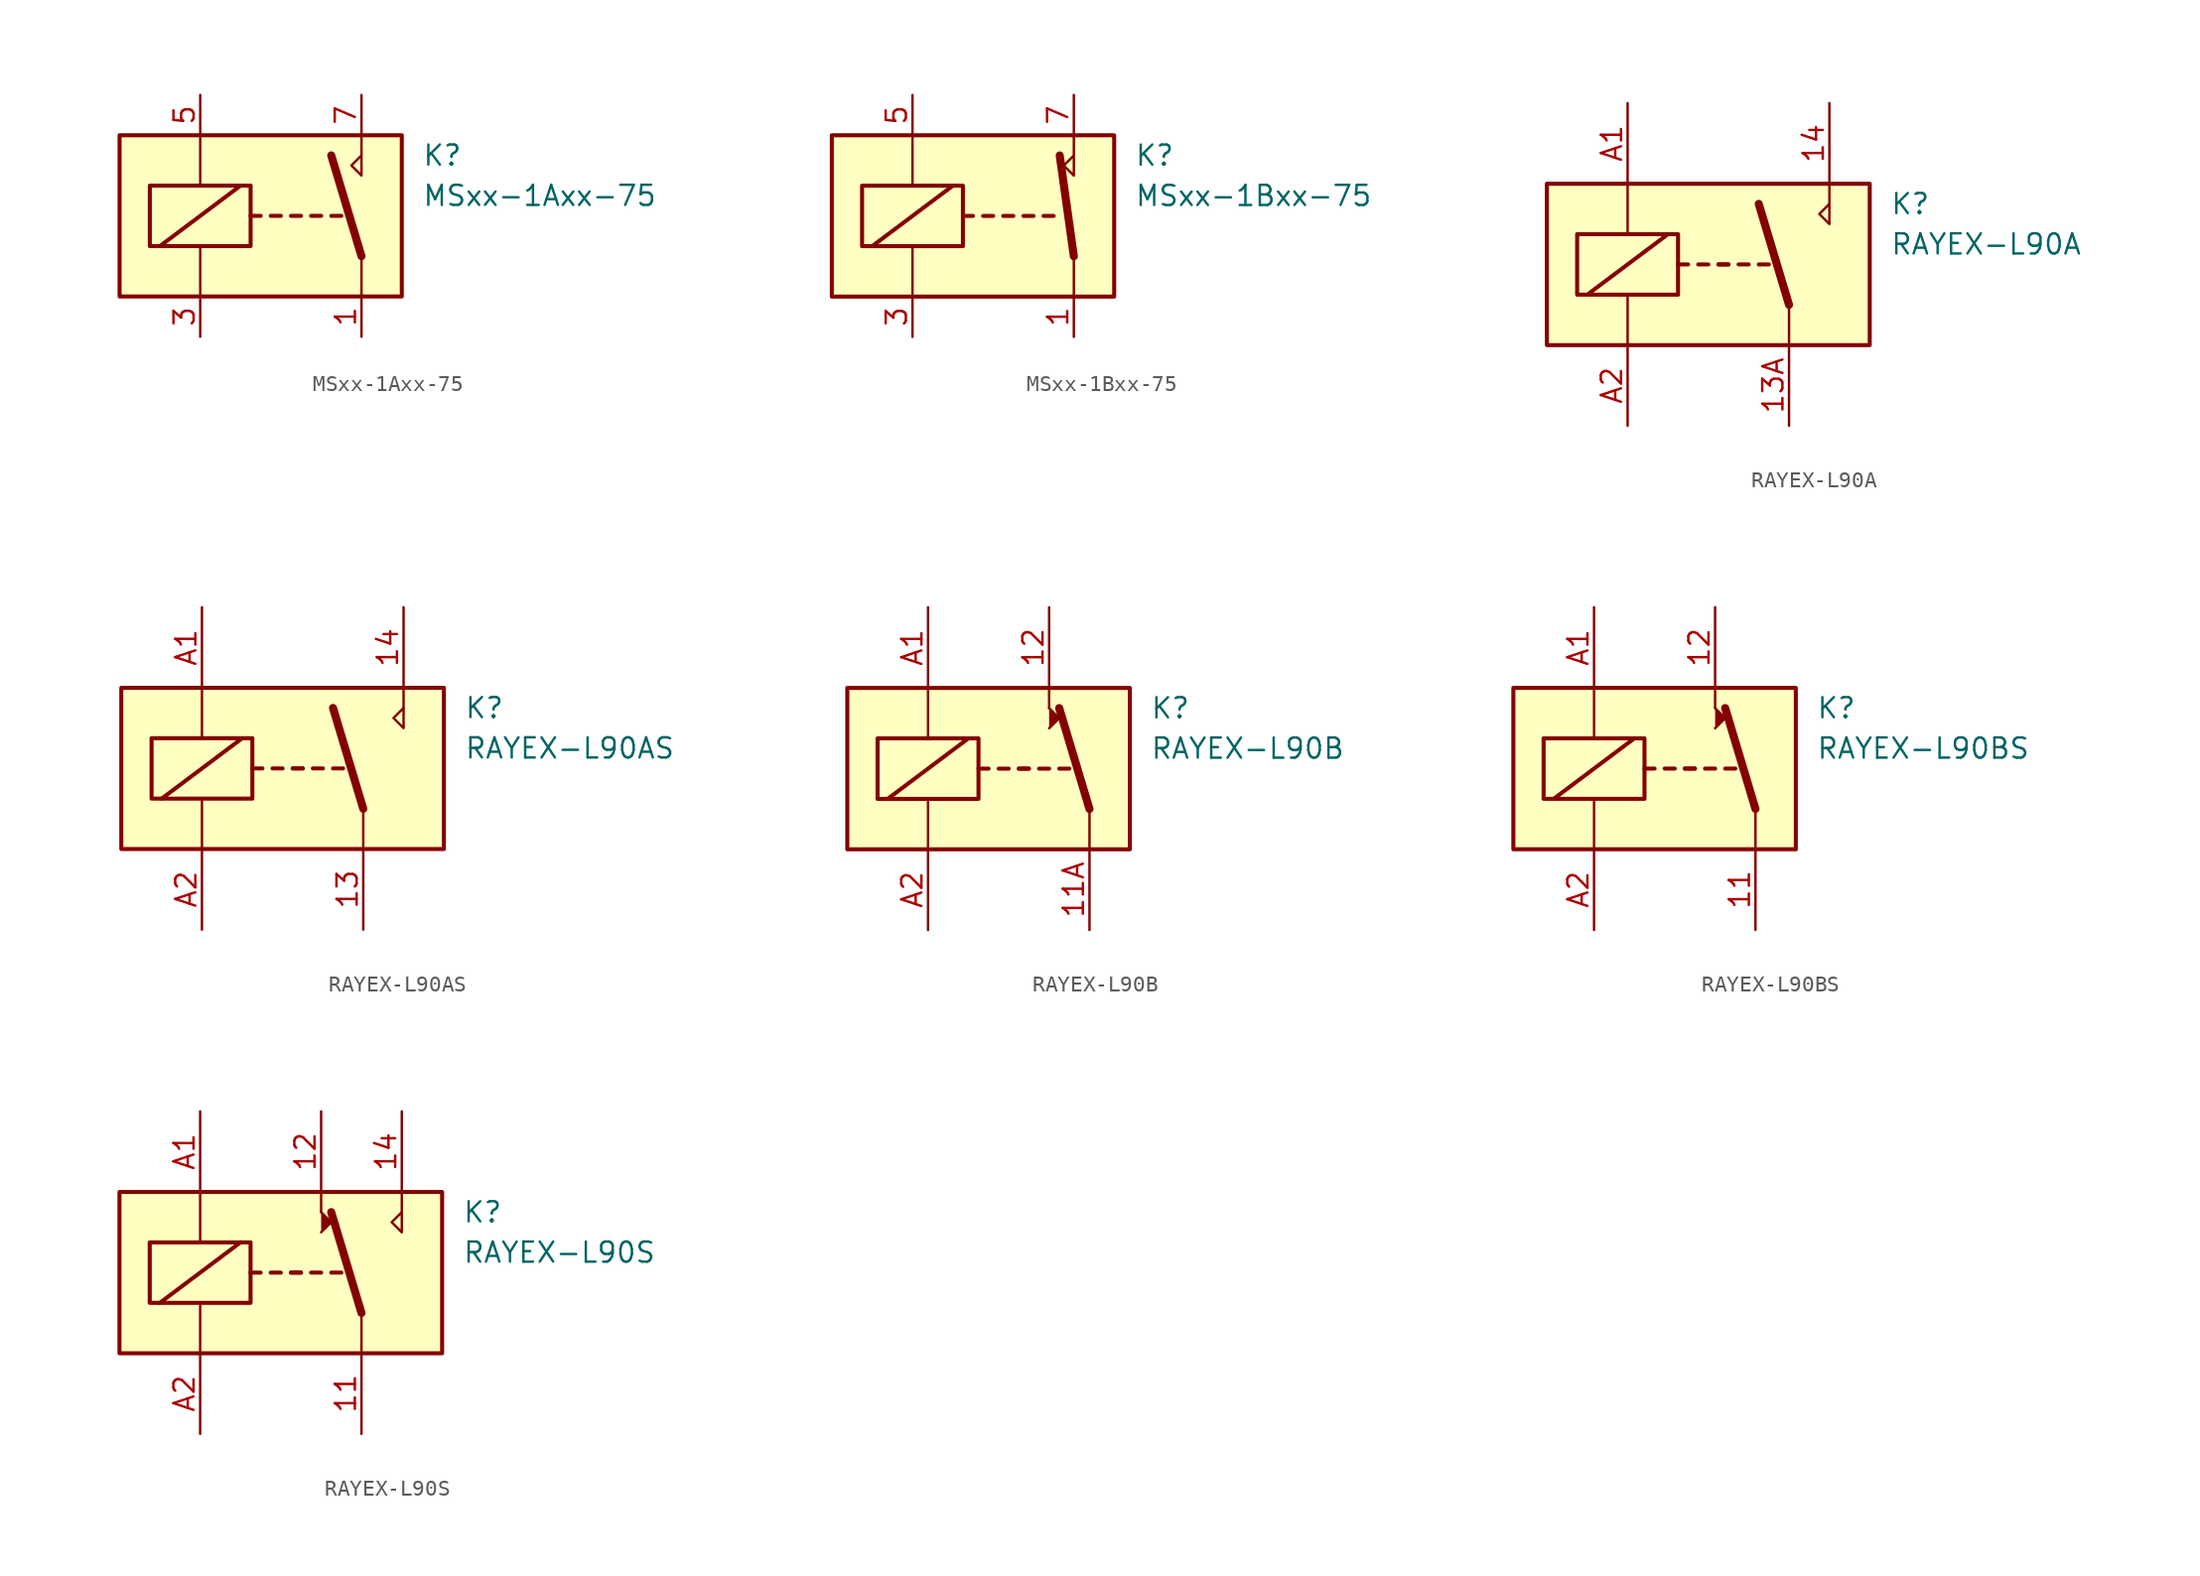
<source format=kicad_sym>
(kicad_symbol_lib
  (version 20201005)
  (generator kicad_symbol_editor)
  (symbol "MSxx-1Axx-75"
    (property "Reference" "K"
      (at 8.89 3.81 0)
      (effects (font (size 1.27 1.27)) (justify left)))
    (property "Value" "MSxx-1Axx-75"
      (at 8.89 1.27 0)
      (effects (font (size 1.27 1.27)) (justify left)))
    (symbol "MSxx-1Axx-75_0_0"
      (polyline (pts (xy 5.08 5.08) (xy 5.08 2.54) (xy 4.445 3.175) (xy 5.08 3.81)) (stroke (width 0)) (fill (type none))))
    (symbol "MSxx-1Axx-75_0_1"
      (rectangle (start -8.255 1.905) (end -1.905 -1.905) (stroke (width 0.254)) (fill (type none)))
      (rectangle (start -10.16 5.08) (end 7.62 -5.08) (stroke (width 0.254)) (fill (type background)))
      (polyline (pts (xy -7.62 -1.905) (xy -2.54 1.905)) (stroke (width 0.254)) (fill (type none)))
      (polyline (pts (xy -5.08 -5.08) (xy -5.08 -1.905)) (stroke (width 0)) (fill (type none)))
      (polyline (pts (xy -5.08 5.08) (xy -5.08 1.905)) (stroke (width 0)) (fill (type none)))
      (polyline (pts (xy -1.905 0) (xy -1.27 0)) (stroke (width 0.254)) (fill (type none)))
      (polyline (pts (xy -0.635 0) (xy 0 0)) (stroke (width 0.254)) (fill (type none)))
      (polyline (pts (xy 0.635 0) (xy 1.27 0)) (stroke (width 0.254)) (fill (type none)))
      (polyline (pts (xy 1.905 0) (xy 2.54 0)) (stroke (width 0.254)) (fill (type none)))
      (polyline (pts (xy 3.175 0) (xy 3.81 0)) (stroke (width 0.254)) (fill (type none)))
      (polyline (pts (xy 5.08 -2.54) (xy 3.175 3.81)) (stroke (width 0.508)) (fill (type none)))
      (polyline (pts (xy 5.08 -2.54) (xy 5.08 -5.08)) (stroke (width 0)) (fill (type none))))
    (symbol "MSxx-1Axx-75_1_1"
      (pin passive line (at 5.08 -7.62 90) (length 2.54) (name "~" (effects (font (size 1.27 1.27)))) (number "1" (effects (font (size 1.27 1.27)))))
      (pin passive line (at -5.08 -7.62 90) (length 2.54) (name "~" (effects (font (size 1.27 1.27)))) (number "3" (effects (font (size 1.27 1.27)))))
      (pin passive line (at -5.08 7.62 270) (length 2.54) (name "~" (effects (font (size 1.27 1.27)))) (number "5" (effects (font (size 1.27 1.27)))))
      (pin passive line (at 5.08 7.62 270) (length 2.54) (name "~" (effects (font (size 1.27 1.27)))) (number "7" (effects (font (size 1.27 1.27)))))))
  (symbol "MSxx-1Bxx-75"
    (property "Reference" "K"
      (at 8.89 3.81 0)
      (effects (font (size 1.27 1.27)) (justify left)))
    (property "Value" "MSxx-1Bxx-75"
      (at 8.89 1.27 0)
      (effects (font (size 1.27 1.27)) (justify left)))
    (symbol "MSxx-1Bxx-75_0_0"
      (polyline (pts (xy 5.08 5.08) (xy 5.08 2.54) (xy 4.445 3.175) (xy 5.08 3.81)) (stroke (width 0)) (fill (type none))))
    (symbol "MSxx-1Bxx-75_0_1"
      (rectangle (start -8.255 1.905) (end -1.905 -1.905) (stroke (width 0.254)) (fill (type none)))
      (rectangle (start -10.16 5.08) (end 7.62 -5.08) (stroke (width 0.254)) (fill (type background)))
      (polyline (pts (xy -7.62 -1.905) (xy -2.54 1.905)) (stroke (width 0.254)) (fill (type none)))
      (polyline (pts (xy -5.08 -5.08) (xy -5.08 -1.905)) (stroke (width 0)) (fill (type none)))
      (polyline (pts (xy -5.08 5.08) (xy -5.08 1.905)) (stroke (width 0)) (fill (type none)))
      (polyline (pts (xy -1.905 0) (xy -1.27 0)) (stroke (width 0.254)) (fill (type none)))
      (polyline (pts (xy -0.635 0) (xy 0 0)) (stroke (width 0.254)) (fill (type none)))
      (polyline (pts (xy 0.635 0) (xy 1.27 0)) (stroke (width 0.254)) (fill (type none)))
      (polyline (pts (xy 1.905 0) (xy 2.54 0)) (stroke (width 0.254)) (fill (type none)))
      (polyline (pts (xy 3.175 0) (xy 3.81 0)) (stroke (width 0.254)) (fill (type none)))
      (polyline (pts (xy 5.08 -2.54) (xy 4.191 3.81)) (stroke (width 0.508)) (fill (type none)))
      (polyline (pts (xy 5.08 -2.54) (xy 5.08 -5.08)) (stroke (width 0)) (fill (type none))))
    (symbol "MSxx-1Bxx-75_1_1"
      (pin passive line (at 5.08 -7.62 90) (length 2.54) (name "~" (effects (font (size 1.27 1.27)))) (number "1" (effects (font (size 1.27 1.27)))))
      (pin passive line (at -5.08 -7.62 90) (length 2.54) (name "~" (effects (font (size 1.27 1.27)))) (number "3" (effects (font (size 1.27 1.27)))))
      (pin passive line (at -5.08 7.62 270) (length 2.54) (name "~" (effects (font (size 1.27 1.27)))) (number "5" (effects (font (size 1.27 1.27)))))
      (pin passive line (at 5.08 7.62 270) (length 2.54) (name "~" (effects (font (size 1.27 1.27)))) (number "7" (effects (font (size 1.27 1.27)))))))
  (symbol "RAYEX-L90A"
    (property "Reference" "K"
      (at 11.43 3.81 0)
      (effects (font (size 1.27 1.27)) (justify left)))
    (property "Value" "RAYEX-L90A"
      (at 11.43 1.27 0)
      (effects (font (size 1.27 1.27)) (justify left)))
    (symbol "RAYEX-L90A_1_0"
      (polyline (pts (xy 7.62 3.81) (xy 7.62 5.08)) (stroke (width 0)) (fill (type none)))
      (polyline (pts (xy 7.62 3.81) (xy 7.62 2.54) (xy 6.985 3.175) (xy 7.62 3.81)) (stroke (width 0)) (fill (type none))))
    (symbol "RAYEX-L90A_1_1"
      (rectangle (start -8.255 1.905) (end -1.905 -1.905) (stroke (width 0.254)) (fill (type none)))
      (rectangle (start -10.16 5.08) (end 10.16 -5.08) (stroke (width 0.254)) (fill (type background)))
      (polyline (pts (xy -7.62 -1.905) (xy -2.54 1.905)) (stroke (width 0.254)) (fill (type none)))
      (polyline (pts (xy -5.08 -5.08) (xy -5.08 -1.905)) (stroke (width 0)) (fill (type none)))
      (polyline (pts (xy -5.08 5.08) (xy -5.08 1.905)) (stroke (width 0)) (fill (type none)))
      (polyline (pts (xy -1.905 0) (xy -1.27 0)) (stroke (width 0.254)) (fill (type none)))
      (polyline (pts (xy -0.635 0) (xy 0 0)) (stroke (width 0.254)) (fill (type none)))
      (polyline (pts (xy 0.635 0) (xy 1.27 0)) (stroke (width 0.254)) (fill (type none)))
      (polyline (pts (xy 0.635 0) (xy 1.27 0)) (stroke (width 0.254)) (fill (type none)))
      (polyline (pts (xy 1.905 0) (xy 2.54 0)) (stroke (width 0.254)) (fill (type none)))
      (polyline (pts (xy 3.175 0) (xy 3.81 0)) (stroke (width 0.254)) (fill (type none)))
      (polyline (pts (xy 5.08 -2.54) (xy 3.175 3.81)) (stroke (width 0.508)) (fill (type none)))
      (polyline (pts (xy 5.08 -2.54) (xy 5.08 -5.08)) (stroke (width 0)) (fill (type none)))
      (pin passive line (at 5.08 -10.16 90) (length 5.08) (name "~" (effects (font (size 1.27 1.27)))) (number "13A" (effects (font (size 1.27 1.27)))))
      (pin passive line (at 5.08 -10.16 90) (length 5.08) hide (name "~" (effects (font (size 1.27 1.27)))) (number "13B" (effects (font (size 1.27 1.27)))))
      (pin passive line (at 7.62 10.16 270) (length 5.08) (name "~" (effects (font (size 1.27 1.27)))) (number "14" (effects (font (size 1.27 1.27)))))
      (pin passive line (at -5.08 10.16 270) (length 5.08) (name "~" (effects (font (size 1.27 1.27)))) (number "A1" (effects (font (size 1.27 1.27)))))
      (pin passive line (at -5.08 -10.16 90) (length 5.08) (name "~" (effects (font (size 1.27 1.27)))) (number "A2" (effects (font (size 1.27 1.27)))))))
  (symbol "RAYEX-L90AS"
    (property "Reference" "K"
      (at 11.43 3.81 0)
      (effects (font (size 1.27 1.27)) (justify left)))
    (property "Value" "RAYEX-L90AS"
      (at 11.43 1.27 0)
      (effects (font (size 1.27 1.27)) (justify left)))
    (symbol "RAYEX-L90AS_1_0"
      (polyline (pts (xy 7.62 3.81) (xy 7.62 5.08)) (stroke (width 0)) (fill (type none)))
      (polyline (pts (xy 7.62 3.81) (xy 7.62 2.54) (xy 6.985 3.175) (xy 7.62 3.81)) (stroke (width 0)) (fill (type none))))
    (symbol "RAYEX-L90AS_1_1"
      (rectangle (start -8.255 1.905) (end -1.905 -1.905) (stroke (width 0.254)) (fill (type none)))
      (rectangle (start -10.16 5.08) (end 10.16 -5.08) (stroke (width 0.254)) (fill (type background)))
      (polyline (pts (xy -7.62 -1.905) (xy -2.54 1.905)) (stroke (width 0.254)) (fill (type none)))
      (polyline (pts (xy -5.08 -5.08) (xy -5.08 -1.905)) (stroke (width 0)) (fill (type none)))
      (polyline (pts (xy -5.08 5.08) (xy -5.08 1.905)) (stroke (width 0)) (fill (type none)))
      (polyline (pts (xy -1.905 0) (xy -1.27 0)) (stroke (width 0.254)) (fill (type none)))
      (polyline (pts (xy -0.635 0) (xy 0 0)) (stroke (width 0.254)) (fill (type none)))
      (polyline (pts (xy 0.635 0) (xy 1.27 0)) (stroke (width 0.254)) (fill (type none)))
      (polyline (pts (xy 0.635 0) (xy 1.27 0)) (stroke (width 0.254)) (fill (type none)))
      (polyline (pts (xy 1.905 0) (xy 2.54 0)) (stroke (width 0.254)) (fill (type none)))
      (polyline (pts (xy 3.175 0) (xy 3.81 0)) (stroke (width 0.254)) (fill (type none)))
      (polyline (pts (xy 5.08 -2.54) (xy 3.175 3.81)) (stroke (width 0.508)) (fill (type none)))
      (polyline (pts (xy 5.08 -2.54) (xy 5.08 -5.08)) (stroke (width 0)) (fill (type none)))
      (pin passive line (at 5.08 -10.16 90) (length 5.08) (name "~" (effects (font (size 1.27 1.27)))) (number "13" (effects (font (size 1.27 1.27)))))
      (pin passive line (at 7.62 10.16 270) (length 5.08) (name "~" (effects (font (size 1.27 1.27)))) (number "14" (effects (font (size 1.27 1.27)))))
      (pin passive line (at -5.08 10.16 270) (length 5.08) (name "~" (effects (font (size 1.27 1.27)))) (number "A1" (effects (font (size 1.27 1.27)))))
      (pin passive line (at -5.08 -10.16 90) (length 5.08) (name "~" (effects (font (size 1.27 1.27)))) (number "A2" (effects (font (size 1.27 1.27)))))))
  (symbol "RAYEX-L90B"
    (property "Reference" "K"
      (at 8.89 3.81 0)
      (effects (font (size 1.27 1.27)) (justify left)))
    (property "Value" "RAYEX-L90B"
      (at 8.89 1.27 0)
      (effects (font (size 1.27 1.27)) (justify left)))
    (symbol "RAYEX-L90B_1_0"
      (polyline (pts (xy 2.54 3.81) (xy 2.54 5.08)) (stroke (width 0)) (fill (type none))))
    (symbol "RAYEX-L90B_1_1"
      (rectangle (start -8.255 1.905) (end -1.905 -1.905) (stroke (width 0.254)) (fill (type none)))
      (rectangle (start -10.16 5.08) (end 7.62 -5.08) (stroke (width 0.254)) (fill (type background)))
      (polyline (pts (xy -7.62 -1.905) (xy -2.54 1.905)) (stroke (width 0.254)) (fill (type none)))
      (polyline (pts (xy -5.08 -5.08) (xy -5.08 -1.905)) (stroke (width 0)) (fill (type none)))
      (polyline (pts (xy -5.08 5.08) (xy -5.08 1.905)) (stroke (width 0)) (fill (type none)))
      (polyline (pts (xy -1.905 0) (xy -1.27 0)) (stroke (width 0.254)) (fill (type none)))
      (polyline (pts (xy -0.635 0) (xy 0 0)) (stroke (width 0.254)) (fill (type none)))
      (polyline (pts (xy 0.635 0) (xy 1.27 0)) (stroke (width 0.254)) (fill (type none)))
      (polyline (pts (xy 0.635 0) (xy 1.27 0)) (stroke (width 0.254)) (fill (type none)))
      (polyline (pts (xy 1.905 0) (xy 2.54 0)) (stroke (width 0.254)) (fill (type none)))
      (polyline (pts (xy 3.175 0) (xy 3.81 0)) (stroke (width 0.254)) (fill (type none)))
      (polyline (pts (xy 5.08 -2.54) (xy 3.175 3.81)) (stroke (width 0.508)) (fill (type none)))
      (polyline (pts (xy 5.08 -2.54) (xy 5.08 -5.08)) (stroke (width 0)) (fill (type none)))
      (polyline (pts (xy 2.54 2.54) (xy 3.175 3.175) (xy 2.54 3.81)) (stroke (width 0)) (fill (type outline)))
      (pin passive line (at 5.08 -10.16 90) (length 5.08) (name "~" (effects (font (size 1.27 1.27)))) (number "11A" (effects (font (size 1.27 1.27)))))
      (pin passive line (at 5.08 -10.16 90) (length 5.08) hide (name "~" (effects (font (size 1.27 1.27)))) (number "11B" (effects (font (size 1.27 1.27)))))
      (pin passive line (at 2.54 10.16 270) (length 5.08) (name "~" (effects (font (size 1.27 1.27)))) (number "12" (effects (font (size 1.27 1.27)))))
      (pin passive line (at -5.08 10.16 270) (length 5.08) (name "~" (effects (font (size 1.27 1.27)))) (number "A1" (effects (font (size 1.27 1.27)))))
      (pin passive line (at -5.08 -10.16 90) (length 5.08) (name "~" (effects (font (size 1.27 1.27)))) (number "A2" (effects (font (size 1.27 1.27)))))))
  (symbol "RAYEX-L90BS"
    (property "Reference" "K"
      (at 8.89 3.81 0)
      (effects (font (size 1.27 1.27)) (justify left)))
    (property "Value" "RAYEX-L90BS"
      (at 8.89 1.27 0)
      (effects (font (size 1.27 1.27)) (justify left)))
    (symbol "RAYEX-L90BS_1_0"
      (polyline (pts (xy 2.54 3.81) (xy 2.54 5.08)) (stroke (width 0)) (fill (type none))))
    (symbol "RAYEX-L90BS_1_1"
      (rectangle (start -8.255 1.905) (end -1.905 -1.905) (stroke (width 0.254)) (fill (type none)))
      (rectangle (start -10.16 5.08) (end 7.62 -5.08) (stroke (width 0.254)) (fill (type background)))
      (polyline (pts (xy -7.62 -1.905) (xy -2.54 1.905)) (stroke (width 0.254)) (fill (type none)))
      (polyline (pts (xy -5.08 -5.08) (xy -5.08 -1.905)) (stroke (width 0)) (fill (type none)))
      (polyline (pts (xy -5.08 5.08) (xy -5.08 1.905)) (stroke (width 0)) (fill (type none)))
      (polyline (pts (xy -1.905 0) (xy -1.27 0)) (stroke (width 0.254)) (fill (type none)))
      (polyline (pts (xy -0.635 0) (xy 0 0)) (stroke (width 0.254)) (fill (type none)))
      (polyline (pts (xy 0.635 0) (xy 1.27 0)) (stroke (width 0.254)) (fill (type none)))
      (polyline (pts (xy 0.635 0) (xy 1.27 0)) (stroke (width 0.254)) (fill (type none)))
      (polyline (pts (xy 1.905 0) (xy 2.54 0)) (stroke (width 0.254)) (fill (type none)))
      (polyline (pts (xy 3.175 0) (xy 3.81 0)) (stroke (width 0.254)) (fill (type none)))
      (polyline (pts (xy 5.08 -2.54) (xy 3.175 3.81)) (stroke (width 0.508)) (fill (type none)))
      (polyline (pts (xy 5.08 -2.54) (xy 5.08 -5.08)) (stroke (width 0)) (fill (type none)))
      (polyline (pts (xy 2.54 2.54) (xy 3.175 3.175) (xy 2.54 3.81)) (stroke (width 0)) (fill (type outline)))
      (pin passive line (at 5.08 -10.16 90) (length 5.08) (name "~" (effects (font (size 1.27 1.27)))) (number "11" (effects (font (size 1.27 1.27)))))
      (pin passive line (at 2.54 10.16 270) (length 5.08) (name "~" (effects (font (size 1.27 1.27)))) (number "12" (effects (font (size 1.27 1.27)))))
      (pin passive line (at -5.08 10.16 270) (length 5.08) (name "~" (effects (font (size 1.27 1.27)))) (number "A1" (effects (font (size 1.27 1.27)))))
      (pin passive line (at -5.08 -10.16 90) (length 5.08) (name "~" (effects (font (size 1.27 1.27)))) (number "A2" (effects (font (size 1.27 1.27)))))))
  (symbol "RAYEX-L90S"
    (property "Reference" "K"
      (at 11.43 3.81 0)
      (effects (font (size 1.27 1.27)) (justify left)))
    (property "Value" "RAYEX-L90S"
      (at 11.43 1.27 0)
      (effects (font (size 1.27 1.27)) (justify left)))
    (symbol "RAYEX-L90S_1_0"
      (polyline (pts (xy 2.54 3.81) (xy 2.54 5.08)) (stroke (width 0)) (fill (type none)))
      (polyline (pts (xy 7.62 3.81) (xy 7.62 5.08)) (stroke (width 0)) (fill (type none)))
      (polyline (pts (xy 7.62 3.81) (xy 7.62 2.54) (xy 6.985 3.175) (xy 7.62 3.81)) (stroke (width 0)) (fill (type none))))
    (symbol "RAYEX-L90S_1_1"
      (rectangle (start -8.255 1.905) (end -1.905 -1.905) (stroke (width 0.254)) (fill (type none)))
      (rectangle (start -10.16 5.08) (end 10.16 -5.08) (stroke (width 0.254)) (fill (type background)))
      (polyline (pts (xy -7.62 -1.905) (xy -2.54 1.905)) (stroke (width 0.254)) (fill (type none)))
      (polyline (pts (xy -5.08 -5.08) (xy -5.08 -1.905)) (stroke (width 0)) (fill (type none)))
      (polyline (pts (xy -5.08 5.08) (xy -5.08 1.905)) (stroke (width 0)) (fill (type none)))
      (polyline (pts (xy -1.905 0) (xy -1.27 0)) (stroke (width 0.254)) (fill (type none)))
      (polyline (pts (xy -0.635 0) (xy 0 0)) (stroke (width 0.254)) (fill (type none)))
      (polyline (pts (xy 0.635 0) (xy 1.27 0)) (stroke (width 0.254)) (fill (type none)))
      (polyline (pts (xy 0.635 0) (xy 1.27 0)) (stroke (width 0.254)) (fill (type none)))
      (polyline (pts (xy 1.905 0) (xy 2.54 0)) (stroke (width 0.254)) (fill (type none)))
      (polyline (pts (xy 3.175 0) (xy 3.81 0)) (stroke (width 0.254)) (fill (type none)))
      (polyline (pts (xy 5.08 -2.54) (xy 3.175 3.81)) (stroke (width 0.508)) (fill (type none)))
      (polyline (pts (xy 5.08 -2.54) (xy 5.08 -5.08)) (stroke (width 0)) (fill (type none)))
      (polyline (pts (xy 2.54 2.54) (xy 3.175 3.175) (xy 2.54 3.81)) (stroke (width 0)) (fill (type outline)))
      (pin passive line (at 5.08 -10.16 90) (length 5.08) (name "~" (effects (font (size 1.27 1.27)))) (number "11" (effects (font (size 1.27 1.27)))))
      (pin passive line (at 2.54 10.16 270) (length 5.08) (name "~" (effects (font (size 1.27 1.27)))) (number "12" (effects (font (size 1.27 1.27)))))
      (pin passive line (at 7.62 10.16 270) (length 5.08) (name "~" (effects (font (size 1.27 1.27)))) (number "14" (effects (font (size 1.27 1.27)))))
      (pin passive line (at -5.08 10.16 270) (length 5.08) (name "~" (effects (font (size 1.27 1.27)))) (number "A1" (effects (font (size 1.27 1.27)))))
      (pin passive line (at -5.08 -10.16 90) (length 5.08) (name "~" (effects (font (size 1.27 1.27)))) (number "A2" (effects (font (size 1.27 1.27))))))))
</source>
